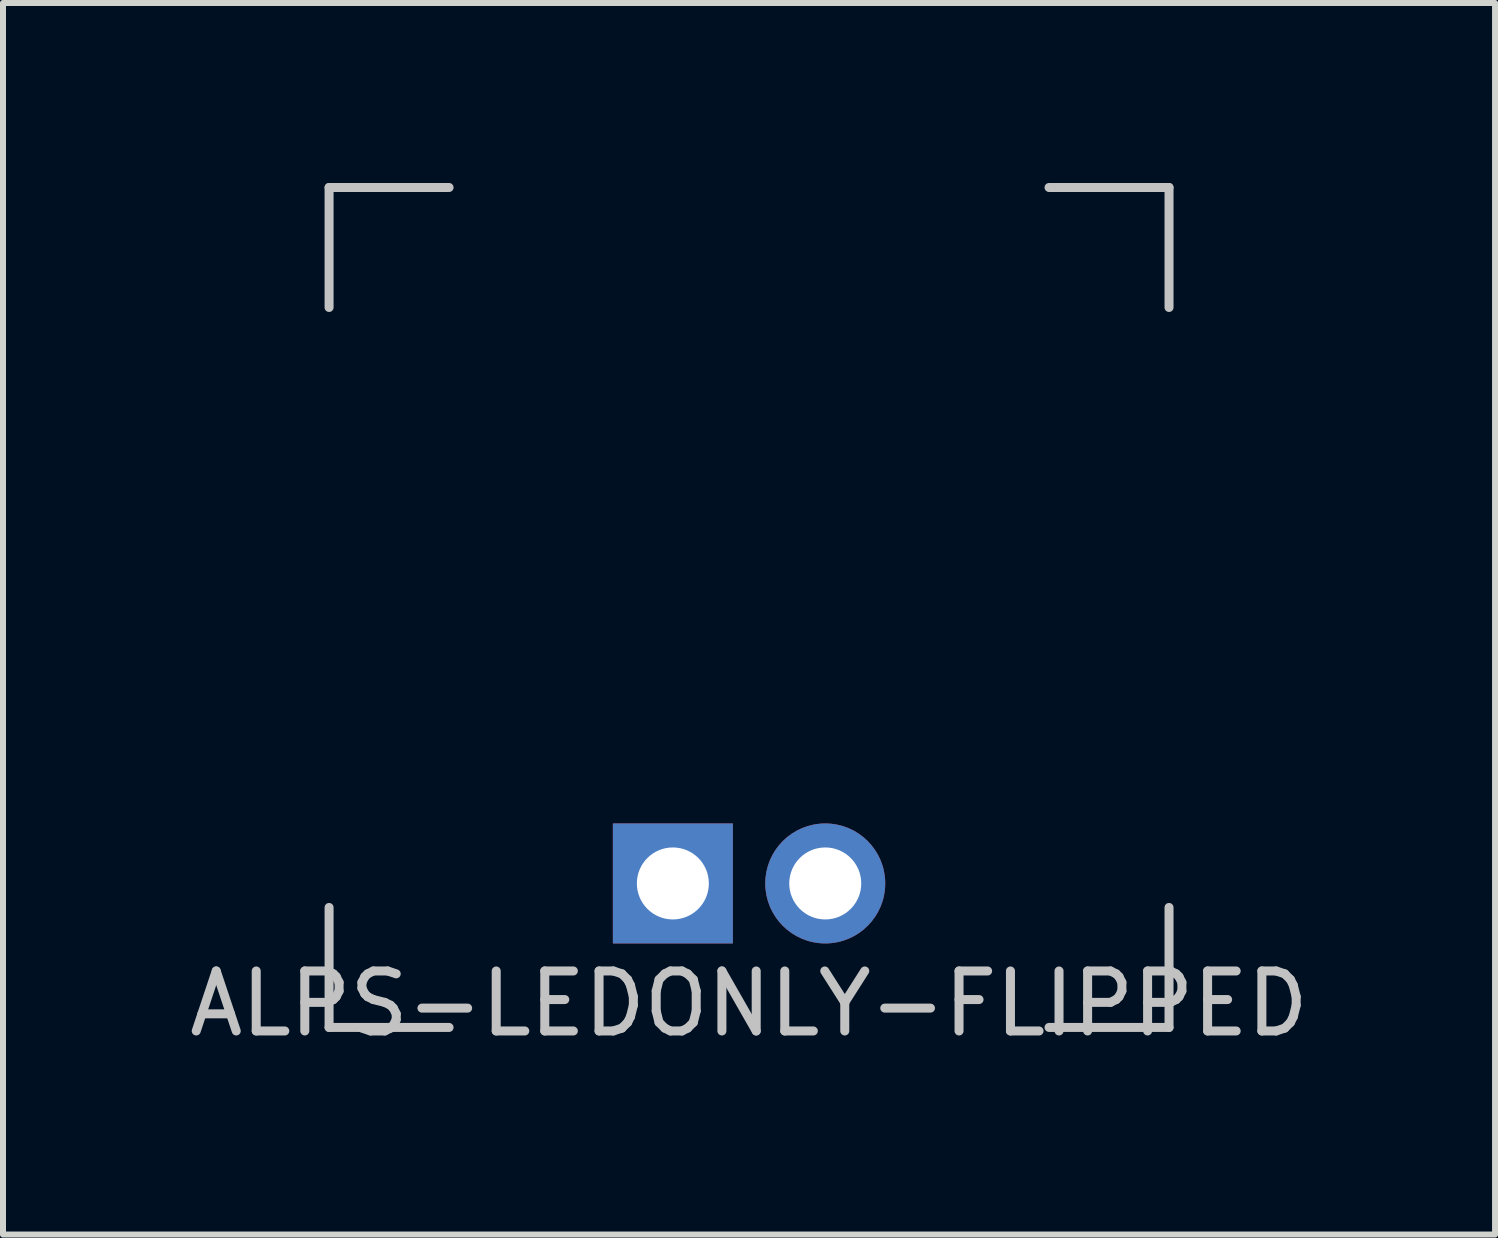
<source format=kicad_pcb>
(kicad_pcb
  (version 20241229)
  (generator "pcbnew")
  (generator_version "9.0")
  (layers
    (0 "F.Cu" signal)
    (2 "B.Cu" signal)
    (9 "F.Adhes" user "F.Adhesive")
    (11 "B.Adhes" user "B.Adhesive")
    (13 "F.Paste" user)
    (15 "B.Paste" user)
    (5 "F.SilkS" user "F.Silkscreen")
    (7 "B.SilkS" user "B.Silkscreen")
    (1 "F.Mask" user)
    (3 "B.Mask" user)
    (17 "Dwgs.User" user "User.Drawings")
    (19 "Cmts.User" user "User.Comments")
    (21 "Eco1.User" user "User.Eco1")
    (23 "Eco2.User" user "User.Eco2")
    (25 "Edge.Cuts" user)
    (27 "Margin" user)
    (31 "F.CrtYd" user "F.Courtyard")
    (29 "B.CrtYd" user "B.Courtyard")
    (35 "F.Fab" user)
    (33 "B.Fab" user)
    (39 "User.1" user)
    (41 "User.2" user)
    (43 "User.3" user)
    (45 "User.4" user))
  (footprint "ALPS-LEDONLY-FLIPPED"
    (layer "F.Cu")
    (at 9.435 7.075)
    (property "Reference" "ALPS-LEDONLY-FLIPPED" (at 0 6.604 0) (layer "Dwgs.User") (effects (font (size 1 1) (thickness 0.15))))
    (attr through_hole)
    (fp_line (start -7 -7) (end -7 -5) (stroke (width 0.15) (type solid)) (layer "Dwgs.User"))
    (fp_line (start -7 5) (end -7 7) (stroke (width 0.15) (type solid)) (layer "Dwgs.User"))
    (fp_line (start -7 7) (end -5 7) (stroke (width 0.15) (type solid)) (layer "Dwgs.User"))
    (fp_line (start -5 -7) (end -7 -7) (stroke (width 0.15) (type solid)) (layer "Dwgs.User"))
    (fp_line (start 5 -7) (end 7 -7) (stroke (width 0.15) (type solid)) (layer "Dwgs.User"))
    (fp_line (start 5 7) (end 7 7) (stroke (width 0.15) (type solid)) (layer "Dwgs.User"))
    (fp_line (start 7 -7) (end 7 -5) (stroke (width 0.15) (type solid)) (layer "Dwgs.User"))
    (fp_line (start 7 7) (end 7 5) (stroke (width 0.15) (type solid)) (layer "Dwgs.User"))
    (pad "1" thru_hole circle (at 1.27 4.6) (size 2 2) (drill 1.2) (layers "*.Cu" "B.Mask"))
    (pad "2" thru_hole rect (at -1.27 4.6) (size 2 2) (drill 1.2) (layers "*.Cu" "B.Mask")))
  (gr_rect
    (start -3 -3)
    (end 21.869 17.527)
    (stroke (width 0.1) (type default))
    (fill no)
    (layer "Edge.Cuts")))
</source>
